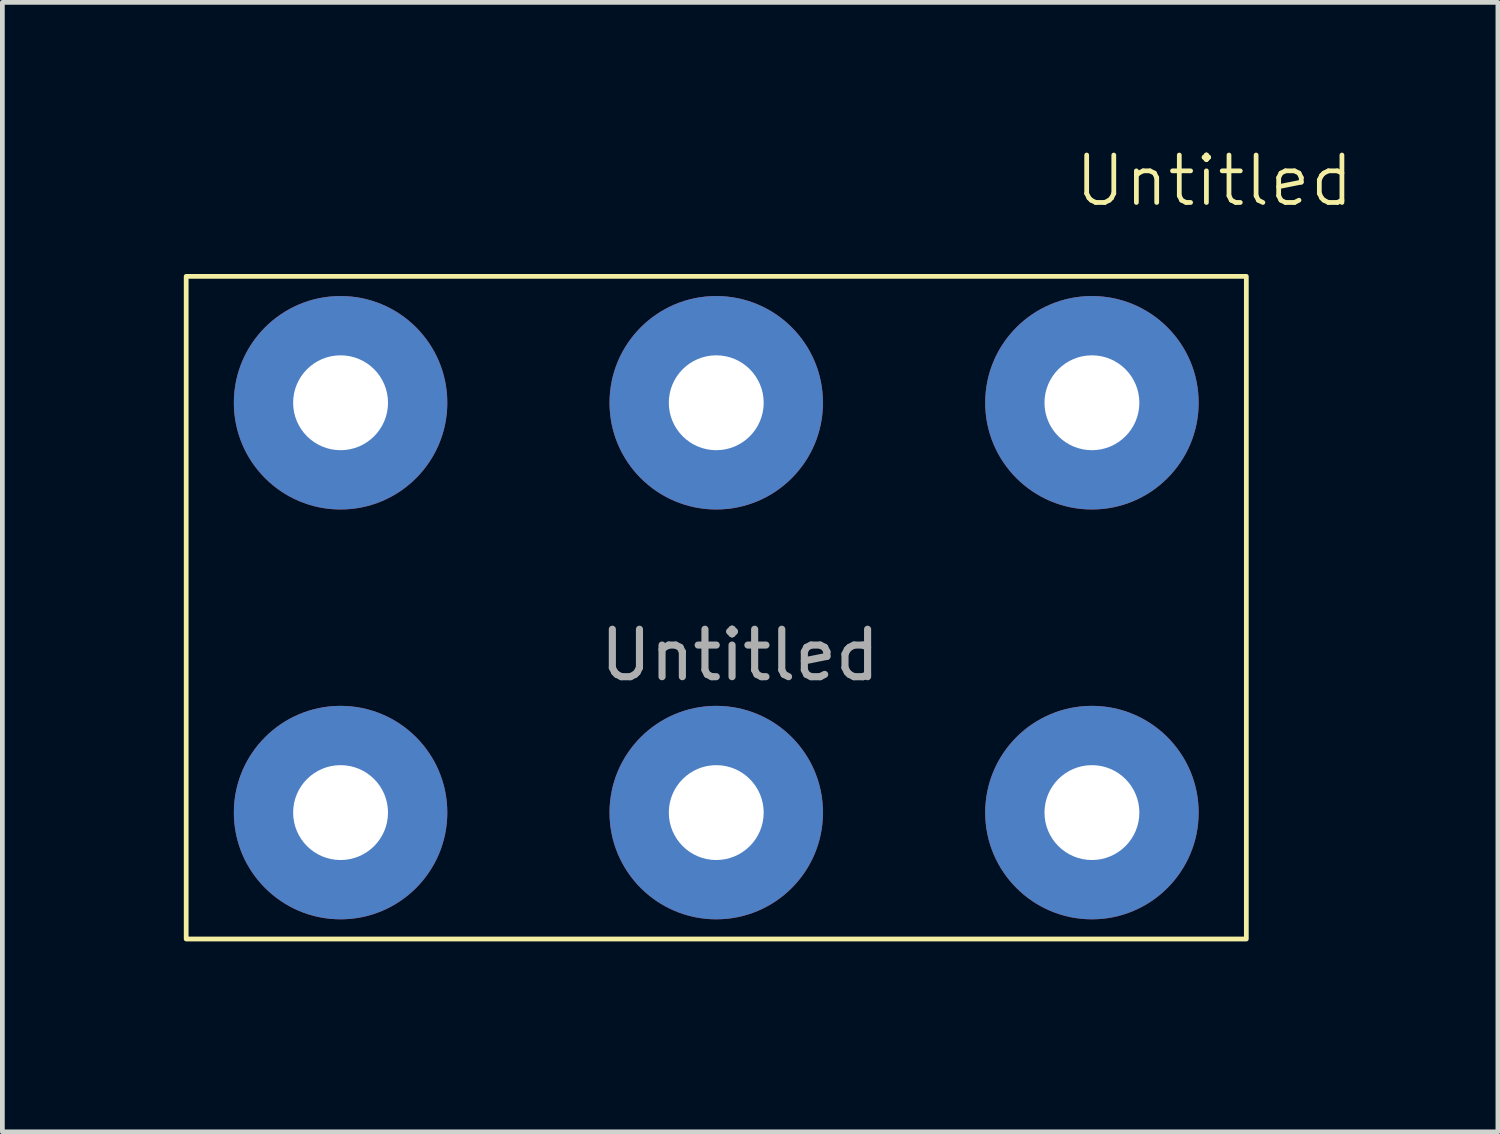
<source format=kicad_pcb>
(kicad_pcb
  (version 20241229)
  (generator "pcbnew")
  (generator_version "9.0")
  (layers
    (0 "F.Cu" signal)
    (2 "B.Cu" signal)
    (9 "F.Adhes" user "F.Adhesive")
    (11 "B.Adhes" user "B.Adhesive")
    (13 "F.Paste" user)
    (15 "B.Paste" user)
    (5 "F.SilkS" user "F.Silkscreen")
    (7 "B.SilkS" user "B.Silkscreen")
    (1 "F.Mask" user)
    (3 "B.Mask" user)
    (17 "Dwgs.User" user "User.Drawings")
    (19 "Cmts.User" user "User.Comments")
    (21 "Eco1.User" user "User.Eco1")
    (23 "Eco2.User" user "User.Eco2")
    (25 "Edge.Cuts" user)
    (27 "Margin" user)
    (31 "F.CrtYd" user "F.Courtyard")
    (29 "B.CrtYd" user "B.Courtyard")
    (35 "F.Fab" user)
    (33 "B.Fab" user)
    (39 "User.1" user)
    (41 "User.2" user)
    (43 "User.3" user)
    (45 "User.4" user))
  (footprint "Untitled"
    (layer "F.Cu")
    (at 12.05 9.761)
    (property "Reference" "Untitled" (at 10.5 -9 0) (unlocked yes) (layer "F.SilkS") (effects (font (size 1 1) (thickness 0.1))))
    (attr smd)
    (fp_rect (start -11.175 -6.985) (end 11.175 6.985) (stroke (width 0.1) (type solid)) (fill no) (layer "F.SilkS"))
    (fp_rect (start -12 -8) (end 12 8) (stroke (width 0.1) (type solid)) (fill no) (layer "Margin"))
    (fp_text user "${REFERENCE}" (at 0.5 1 0) (unlocked yes) (layer "F.Fab") (effects (font (size 1 1) (thickness 0.15))))
    (pad "1" thru_hole circle (at -7.92 -4.32) (size 4.5 4.5) (drill 2) (layers "*.Cu" "*.Mask"))
    (pad "1" thru_hole circle (at -7.92 4.32) (size 4.5 4.5) (drill 2) (layers "*.Cu" "*.Mask"))
    (pad "2" thru_hole circle (at 0 -4.32) (size 4.5 4.5) (drill 2) (layers "*.Cu" "*.Mask"))
    (pad "2" thru_hole circle (at 0 4.32) (size 4.5 4.5) (drill 2) (layers "*.Cu" "*.Mask"))
    (pad "3" thru_hole circle (at 7.92 -4.32) (size 4.5 4.5) (drill 2) (layers "*.Cu" "*.Mask"))
    (pad "3" thru_hole circle (at 7.92 4.32) (size 4.5 4.5) (drill 2) (layers "*.Cu" "*.Mask")))
  (gr_rect
    (start -3 -3)
    (end 28.529 20.811)
    (stroke (width 0.1) (type default))
    (fill no)
    (layer "Edge.Cuts")))
</source>
